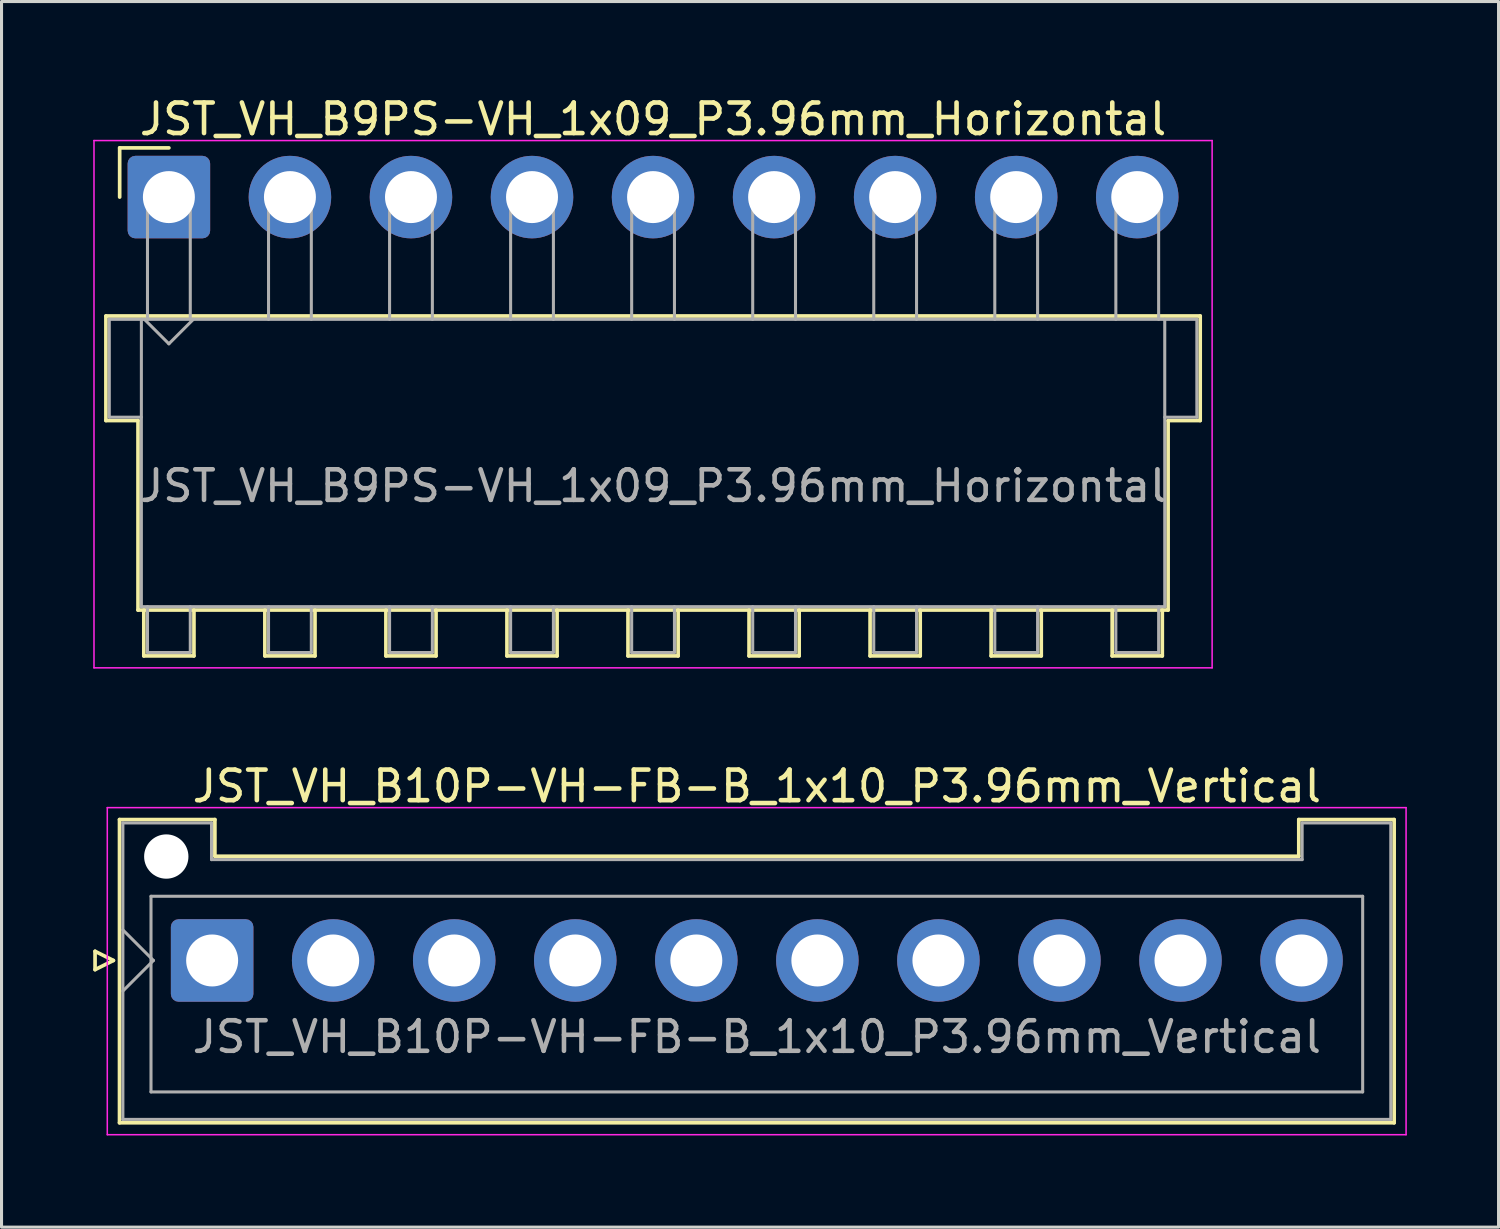
<source format=kicad_pcb>
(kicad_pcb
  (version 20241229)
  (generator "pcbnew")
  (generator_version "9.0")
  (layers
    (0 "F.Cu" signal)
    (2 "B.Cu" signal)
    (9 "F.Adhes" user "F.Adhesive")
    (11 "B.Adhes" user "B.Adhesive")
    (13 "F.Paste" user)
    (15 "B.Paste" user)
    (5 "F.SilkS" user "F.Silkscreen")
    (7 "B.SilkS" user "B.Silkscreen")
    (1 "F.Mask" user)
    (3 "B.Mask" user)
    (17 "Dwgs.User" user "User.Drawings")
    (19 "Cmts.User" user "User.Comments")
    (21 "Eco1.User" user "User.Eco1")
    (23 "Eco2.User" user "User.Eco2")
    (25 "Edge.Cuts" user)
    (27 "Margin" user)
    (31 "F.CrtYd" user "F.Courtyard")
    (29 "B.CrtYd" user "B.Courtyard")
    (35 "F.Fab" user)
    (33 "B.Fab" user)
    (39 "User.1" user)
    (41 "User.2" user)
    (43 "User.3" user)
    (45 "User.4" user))
  (footprint "JST_VH_B10P-VH-FB-B_1x10_P3.96mm_Vertical"
    (layer "F.Cu")
    (at 3.89 28.372)
    (property "Reference" "JST_VH_B10P-VH-FB-B_1x10_P3.96mm_Vertical" (at 17.82 -5.7 0) (layer "F.SilkS") (effects (font (size 1 1) (thickness 0.15))))
    (attr through_hole)
    (fp_line (start -3.83 -0.3) (end -3.23 0) (stroke (width 0.12) (type solid)) (layer "F.SilkS"))
    (fp_line (start -3.83 0.3) (end -3.83 -0.3) (stroke (width 0.12) (type solid)) (layer "F.SilkS"))
    (fp_line (start -3.23 0) (end -3.83 0.3) (stroke (width 0.12) (type solid)) (layer "F.SilkS"))
    (fp_line (start -3.03 -4.61) (end 0.09 -4.61) (stroke (width 0.12) (type solid)) (layer "F.SilkS"))
    (fp_line (start -3.03 5.31) (end -3.03 -4.61) (stroke (width 0.12) (type solid)) (layer "F.SilkS"))
    (fp_line (start 0.09 -4.61) (end 0.09 -3.41) (stroke (width 0.12) (type solid)) (layer "F.SilkS"))
    (fp_line (start 0.09 -3.41) (end 35.55 -3.41) (stroke (width 0.12) (type solid)) (layer "F.SilkS"))
    (fp_line (start 35.55 -4.61) (end 38.67 -4.61) (stroke (width 0.12) (type solid)) (layer "F.SilkS"))
    (fp_line (start 35.55 -3.41) (end 35.55 -4.61) (stroke (width 0.12) (type solid)) (layer "F.SilkS"))
    (fp_line (start 38.67 -4.61) (end 38.67 5.31) (stroke (width 0.12) (type solid)) (layer "F.SilkS"))
    (fp_line (start 38.67 5.31) (end -3.03 5.31) (stroke (width 0.12) (type solid)) (layer "F.SilkS"))
    (fp_line (start -3.43 -5) (end -3.43 5.7) (stroke (width 0.05) (type solid)) (layer "F.CrtYd"))
    (fp_line (start -3.43 5.7) (end 39.06 5.7) (stroke (width 0.05) (type solid)) (layer "F.CrtYd"))
    (fp_line (start 39.06 -5) (end -3.43 -5) (stroke (width 0.05) (type solid)) (layer "F.CrtYd"))
    (fp_line (start 39.06 5.7) (end 39.06 -5) (stroke (width 0.05) (type solid)) (layer "F.CrtYd"))
    (fp_line (start -2.92 -4.5) (end -0.02 -4.5) (stroke (width 0.1) (type solid)) (layer "F.Fab"))
    (fp_line (start -2.92 -1) (end -1.92 0) (stroke (width 0.1) (type solid)) (layer "F.Fab"))
    (fp_line (start -2.92 1) (end -1.92 0) (stroke (width 0.1) (type solid)) (layer "F.Fab"))
    (fp_line (start -2.92 5.2) (end -2.92 -4.5) (stroke (width 0.1) (type solid)) (layer "F.Fab"))
    (fp_line (start -2 -2.1) (end 37.64 -2.1) (stroke (width 0.1) (type solid)) (layer "F.Fab"))
    (fp_line (start -2 4.3) (end -2 -2.1) (stroke (width 0.1) (type solid)) (layer "F.Fab"))
    (fp_line (start -0.02 -4.5) (end -0.02 -3.3) (stroke (width 0.1) (type solid)) (layer "F.Fab"))
    (fp_line (start -0.02 -3.3) (end 35.66 -3.3) (stroke (width 0.1) (type solid)) (layer "F.Fab"))
    (fp_line (start 35.66 -4.5) (end 38.56 -4.5) (stroke (width 0.1) (type solid)) (layer "F.Fab"))
    (fp_line (start 35.66 -3.3) (end 35.66 -4.5) (stroke (width 0.1) (type solid)) (layer "F.Fab"))
    (fp_line (start 37.64 -2.1) (end 37.64 4.3) (stroke (width 0.1) (type solid)) (layer "F.Fab"))
    (fp_line (start 37.64 4.3) (end -2 4.3) (stroke (width 0.1) (type solid)) (layer "F.Fab"))
    (fp_line (start 38.56 -4.5) (end 38.56 5.2) (stroke (width 0.1) (type solid)) (layer "F.Fab"))
    (fp_line (start 38.56 5.2) (end -2.92 5.2) (stroke (width 0.1) (type solid)) (layer "F.Fab"))
    (fp_text user "${REFERENCE}" (at 17.82 2.5 0) (layer "F.Fab") (effects (font (size 1 1) (thickness 0.15))))
    (pad "" np_thru_hole circle (at -1.5 -3.4) (size 1.45 1.45) (drill 1.45) (layers "*.Cu" "*.Mask"))
    (pad "1" thru_hole roundrect (at 0 0) (size 2.7 2.7) (drill 1.7) (layers "*.Cu" "*.Mask") (roundrect_rratio 0.093))
    (pad "2" thru_hole circle (at 3.96 0) (size 2.7 2.7) (drill 1.7) (layers "*.Cu" "*.Mask"))
    (pad "3" thru_hole circle (at 7.92 0) (size 2.7 2.7) (drill 1.7) (layers "*.Cu" "*.Mask"))
    (pad "4" thru_hole circle (at 11.88 0) (size 2.7 2.7) (drill 1.7) (layers "*.Cu" "*.Mask"))
    (pad "5" thru_hole circle (at 15.84 0) (size 2.7 2.7) (drill 1.7) (layers "*.Cu" "*.Mask"))
    (pad "6" thru_hole circle (at 19.8 0) (size 2.7 2.7) (drill 1.7) (layers "*.Cu" "*.Mask"))
    (pad "7" thru_hole circle (at 23.76 0) (size 2.7 2.7) (drill 1.7) (layers "*.Cu" "*.Mask"))
    (pad "8" thru_hole circle (at 27.72 0) (size 2.7 2.7) (drill 1.7) (layers "*.Cu" "*.Mask"))
    (pad "9" thru_hole circle (at 31.68 0) (size 2.7 2.7) (drill 1.7) (layers "*.Cu" "*.Mask"))
    (pad "10" thru_hole circle (at 35.64 0) (size 2.7 2.7) (drill 1.7) (layers "*.Cu" "*.Mask")))
  (footprint "JST_VH_B9PS-VH_1x09_P3.96mm_Horizontal"
    (layer "F.Cu")
    (at 2.475 3.398)
    (property "Reference" "JST_VH_B9PS-VH_1x09_P3.96mm_Horizontal" (at 15.84 -2.55 0) (layer "F.SilkS") (effects (font (size 1 1) (thickness 0.15))))
    (attr through_hole)
    (fp_line (start -2.06 3.89) (end 33.74 3.89) (stroke (width 0.12) (type solid)) (layer "F.SilkS"))
    (fp_line (start -2.06 7.31) (end -2.06 3.89) (stroke (width 0.12) (type solid)) (layer "F.SilkS"))
    (fp_line (start -1.61 -1.61) (end -1.61 0) (stroke (width 0.12) (type solid)) (layer "F.SilkS"))
    (fp_line (start -1.01 7.31) (end -2.06 7.31) (stroke (width 0.12) (type solid)) (layer "F.SilkS"))
    (fp_line (start -1.01 13.51) (end -1.01 7.31) (stroke (width 0.12) (type solid)) (layer "F.SilkS"))
    (fp_line (start -0.82 13.51) (end -0.82 15.01) (stroke (width 0.12) (type solid)) (layer "F.SilkS"))
    (fp_line (start -0.82 15.01) (end 0.82 15.01) (stroke (width 0.12) (type solid)) (layer "F.SilkS"))
    (fp_line (start 0 -1.61) (end -1.61 -1.61) (stroke (width 0.12) (type solid)) (layer "F.SilkS"))
    (fp_line (start 0.82 15.01) (end 0.82 13.51) (stroke (width 0.12) (type solid)) (layer "F.SilkS"))
    (fp_line (start 3.14 13.51) (end 3.14 15.01) (stroke (width 0.12) (type solid)) (layer "F.SilkS"))
    (fp_line (start 3.14 15.01) (end 4.78 15.01) (stroke (width 0.12) (type solid)) (layer "F.SilkS"))
    (fp_line (start 4.78 15.01) (end 4.78 13.51) (stroke (width 0.12) (type solid)) (layer "F.SilkS"))
    (fp_line (start 7.1 13.51) (end 7.1 15.01) (stroke (width 0.12) (type solid)) (layer "F.SilkS"))
    (fp_line (start 7.1 15.01) (end 8.74 15.01) (stroke (width 0.12) (type solid)) (layer "F.SilkS"))
    (fp_line (start 8.74 15.01) (end 8.74 13.51) (stroke (width 0.12) (type solid)) (layer "F.SilkS"))
    (fp_line (start 11.06 13.51) (end 11.06 15.01) (stroke (width 0.12) (type solid)) (layer "F.SilkS"))
    (fp_line (start 11.06 15.01) (end 12.7 15.01) (stroke (width 0.12) (type solid)) (layer "F.SilkS"))
    (fp_line (start 12.7 15.01) (end 12.7 13.51) (stroke (width 0.12) (type solid)) (layer "F.SilkS"))
    (fp_line (start 15.02 13.51) (end 15.02 15.01) (stroke (width 0.12) (type solid)) (layer "F.SilkS"))
    (fp_line (start 15.02 15.01) (end 16.66 15.01) (stroke (width 0.12) (type solid)) (layer "F.SilkS"))
    (fp_line (start 16.66 15.01) (end 16.66 13.51) (stroke (width 0.12) (type solid)) (layer "F.SilkS"))
    (fp_line (start 18.98 13.51) (end 18.98 15.01) (stroke (width 0.12) (type solid)) (layer "F.SilkS"))
    (fp_line (start 18.98 15.01) (end 20.62 15.01) (stroke (width 0.12) (type solid)) (layer "F.SilkS"))
    (fp_line (start 20.62 15.01) (end 20.62 13.51) (stroke (width 0.12) (type solid)) (layer "F.SilkS"))
    (fp_line (start 22.94 13.51) (end 22.94 15.01) (stroke (width 0.12) (type solid)) (layer "F.SilkS"))
    (fp_line (start 22.94 15.01) (end 24.58 15.01) (stroke (width 0.12) (type solid)) (layer "F.SilkS"))
    (fp_line (start 24.58 15.01) (end 24.58 13.51) (stroke (width 0.12) (type solid)) (layer "F.SilkS"))
    (fp_line (start 26.9 13.51) (end 26.9 15.01) (stroke (width 0.12) (type solid)) (layer "F.SilkS"))
    (fp_line (start 26.9 15.01) (end 28.54 15.01) (stroke (width 0.12) (type solid)) (layer "F.SilkS"))
    (fp_line (start 28.54 15.01) (end 28.54 13.51) (stroke (width 0.12) (type solid)) (layer "F.SilkS"))
    (fp_line (start 30.86 13.51) (end 30.86 15.01) (stroke (width 0.12) (type solid)) (layer "F.SilkS"))
    (fp_line (start 30.86 15.01) (end 32.5 15.01) (stroke (width 0.12) (type solid)) (layer "F.SilkS"))
    (fp_line (start 32.5 15.01) (end 32.5 13.51) (stroke (width 0.12) (type solid)) (layer "F.SilkS"))
    (fp_line (start 32.69 7.31) (end 32.69 13.51) (stroke (width 0.12) (type solid)) (layer "F.SilkS"))
    (fp_line (start 32.69 13.51) (end -1.01 13.51) (stroke (width 0.12) (type solid)) (layer "F.SilkS"))
    (fp_line (start 33.74 3.89) (end 33.74 7.31) (stroke (width 0.12) (type solid)) (layer "F.SilkS"))
    (fp_line (start 33.74 7.31) (end 32.69 7.31) (stroke (width 0.12) (type solid)) (layer "F.SilkS"))
    (fp_line (start -2.45 -1.85) (end -2.45 15.4) (stroke (width 0.05) (type solid)) (layer "F.CrtYd"))
    (fp_line (start -2.45 15.4) (end 34.13 15.4) (stroke (width 0.05) (type solid)) (layer "F.CrtYd"))
    (fp_line (start 34.13 -1.85) (end -2.45 -1.85) (stroke (width 0.05) (type solid)) (layer "F.CrtYd"))
    (fp_line (start 34.13 15.4) (end 34.13 -1.85) (stroke (width 0.05) (type solid)) (layer "F.CrtYd"))
    (fp_line (start -1.95 4) (end -0.9 4) (stroke (width 0.1) (type solid)) (layer "F.Fab"))
    (fp_line (start -1.95 7.2) (end -1.95 4) (stroke (width 0.1) (type solid)) (layer "F.Fab"))
    (fp_line (start -0.9 4) (end -0.9 13.4) (stroke (width 0.1) (type solid)) (layer "F.Fab"))
    (fp_line (start -0.9 7.2) (end -1.95 7.2) (stroke (width 0.1) (type solid)) (layer "F.Fab"))
    (fp_line (start -0.9 13.4) (end 32.58 13.4) (stroke (width 0.1) (type solid)) (layer "F.Fab"))
    (fp_line (start -0.8 4) (end 0 4.8) (stroke (width 0.1) (type solid)) (layer "F.Fab"))
    (fp_line (start -0.7 0) (end 0.7 0) (stroke (width 0.1) (type solid)) (layer "F.Fab"))
    (fp_line (start -0.7 4) (end -0.7 0) (stroke (width 0.1) (type solid)) (layer "F.Fab"))
    (fp_line (start -0.7 13.4) (end -0.7 14.9) (stroke (width 0.1) (type solid)) (layer "F.Fab"))
    (fp_line (start -0.7 14.9) (end 0.7 14.9) (stroke (width 0.1) (type solid)) (layer "F.Fab"))
    (fp_line (start 0 4.8) (end 0.8 4) (stroke (width 0.1) (type solid)) (layer "F.Fab"))
    (fp_line (start 0.7 0) (end 0.7 4) (stroke (width 0.1) (type solid)) (layer "F.Fab"))
    (fp_line (start 0.7 14.9) (end 0.7 13.4) (stroke (width 0.1) (type solid)) (layer "F.Fab"))
    (fp_line (start 3.26 0) (end 4.66 0) (stroke (width 0.1) (type solid)) (layer "F.Fab"))
    (fp_line (start 3.26 4) (end 3.26 0) (stroke (width 0.1) (type solid)) (layer "F.Fab"))
    (fp_line (start 3.26 13.4) (end 3.26 14.9) (stroke (width 0.1) (type solid)) (layer "F.Fab"))
    (fp_line (start 3.26 14.9) (end 4.66 14.9) (stroke (width 0.1) (type solid)) (layer "F.Fab"))
    (fp_line (start 4.66 0) (end 4.66 4) (stroke (width 0.1) (type solid)) (layer "F.Fab"))
    (fp_line (start 4.66 14.9) (end 4.66 13.4) (stroke (width 0.1) (type solid)) (layer "F.Fab"))
    (fp_line (start 7.22 0) (end 8.62 0) (stroke (width 0.1) (type solid)) (layer "F.Fab"))
    (fp_line (start 7.22 4) (end 7.22 0) (stroke (width 0.1) (type solid)) (layer "F.Fab"))
    (fp_line (start 7.22 13.4) (end 7.22 14.9) (stroke (width 0.1) (type solid)) (layer "F.Fab"))
    (fp_line (start 7.22 14.9) (end 8.62 14.9) (stroke (width 0.1) (type solid)) (layer "F.Fab"))
    (fp_line (start 8.62 0) (end 8.62 4) (stroke (width 0.1) (type solid)) (layer "F.Fab"))
    (fp_line (start 8.62 14.9) (end 8.62 13.4) (stroke (width 0.1) (type solid)) (layer "F.Fab"))
    (fp_line (start 11.18 0) (end 12.58 0) (stroke (width 0.1) (type solid)) (layer "F.Fab"))
    (fp_line (start 11.18 4) (end 11.18 0) (stroke (width 0.1) (type solid)) (layer "F.Fab"))
    (fp_line (start 11.18 13.4) (end 11.18 14.9) (stroke (width 0.1) (type solid)) (layer "F.Fab"))
    (fp_line (start 11.18 14.9) (end 12.58 14.9) (stroke (width 0.1) (type solid)) (layer "F.Fab"))
    (fp_line (start 12.58 0) (end 12.58 4) (stroke (width 0.1) (type solid)) (layer "F.Fab"))
    (fp_line (start 12.58 14.9) (end 12.58 13.4) (stroke (width 0.1) (type solid)) (layer "F.Fab"))
    (fp_line (start 15.14 0) (end 16.54 0) (stroke (width 0.1) (type solid)) (layer "F.Fab"))
    (fp_line (start 15.14 4) (end 15.14 0) (stroke (width 0.1) (type solid)) (layer "F.Fab"))
    (fp_line (start 15.14 13.4) (end 15.14 14.9) (stroke (width 0.1) (type solid)) (layer "F.Fab"))
    (fp_line (start 15.14 14.9) (end 16.54 14.9) (stroke (width 0.1) (type solid)) (layer "F.Fab"))
    (fp_line (start 16.54 0) (end 16.54 4) (stroke (width 0.1) (type solid)) (layer "F.Fab"))
    (fp_line (start 16.54 14.9) (end 16.54 13.4) (stroke (width 0.1) (type solid)) (layer "F.Fab"))
    (fp_line (start 19.1 0) (end 20.5 0) (stroke (width 0.1) (type solid)) (layer "F.Fab"))
    (fp_line (start 19.1 4) (end 19.1 0) (stroke (width 0.1) (type solid)) (layer "F.Fab"))
    (fp_line (start 19.1 13.4) (end 19.1 14.9) (stroke (width 0.1) (type solid)) (layer "F.Fab"))
    (fp_line (start 19.1 14.9) (end 20.5 14.9) (stroke (width 0.1) (type solid)) (layer "F.Fab"))
    (fp_line (start 20.5 0) (end 20.5 4) (stroke (width 0.1) (type solid)) (layer "F.Fab"))
    (fp_line (start 20.5 14.9) (end 20.5 13.4) (stroke (width 0.1) (type solid)) (layer "F.Fab"))
    (fp_line (start 23.06 0) (end 24.46 0) (stroke (width 0.1) (type solid)) (layer "F.Fab"))
    (fp_line (start 23.06 4) (end 23.06 0) (stroke (width 0.1) (type solid)) (layer "F.Fab"))
    (fp_line (start 23.06 13.4) (end 23.06 14.9) (stroke (width 0.1) (type solid)) (layer "F.Fab"))
    (fp_line (start 23.06 14.9) (end 24.46 14.9) (stroke (width 0.1) (type solid)) (layer "F.Fab"))
    (fp_line (start 24.46 0) (end 24.46 4) (stroke (width 0.1) (type solid)) (layer "F.Fab"))
    (fp_line (start 24.46 14.9) (end 24.46 13.4) (stroke (width 0.1) (type solid)) (layer "F.Fab"))
    (fp_line (start 27.02 0) (end 28.42 0) (stroke (width 0.1) (type solid)) (layer "F.Fab"))
    (fp_line (start 27.02 4) (end 27.02 0) (stroke (width 0.1) (type solid)) (layer "F.Fab"))
    (fp_line (start 27.02 13.4) (end 27.02 14.9) (stroke (width 0.1) (type solid)) (layer "F.Fab"))
    (fp_line (start 27.02 14.9) (end 28.42 14.9) (stroke (width 0.1) (type solid)) (layer "F.Fab"))
    (fp_line (start 28.42 0) (end 28.42 4) (stroke (width 0.1) (type solid)) (layer "F.Fab"))
    (fp_line (start 28.42 14.9) (end 28.42 13.4) (stroke (width 0.1) (type solid)) (layer "F.Fab"))
    (fp_line (start 30.98 0) (end 32.38 0) (stroke (width 0.1) (type solid)) (layer "F.Fab"))
    (fp_line (start 30.98 4) (end 30.98 0) (stroke (width 0.1) (type solid)) (layer "F.Fab"))
    (fp_line (start 30.98 13.4) (end 30.98 14.9) (stroke (width 0.1) (type solid)) (layer "F.Fab"))
    (fp_line (start 30.98 14.9) (end 32.38 14.9) (stroke (width 0.1) (type solid)) (layer "F.Fab"))
    (fp_line (start 32.38 0) (end 32.38 4) (stroke (width 0.1) (type solid)) (layer "F.Fab"))
    (fp_line (start 32.38 14.9) (end 32.38 13.4) (stroke (width 0.1) (type solid)) (layer "F.Fab"))
    (fp_line (start 32.58 4) (end -0.9 4) (stroke (width 0.1) (type solid)) (layer "F.Fab"))
    (fp_line (start 32.58 4) (end 33.63 4) (stroke (width 0.1) (type solid)) (layer "F.Fab"))
    (fp_line (start 32.58 13.4) (end 32.58 4) (stroke (width 0.1) (type solid)) (layer "F.Fab"))
    (fp_line (start 33.63 4) (end 33.63 7.2) (stroke (width 0.1) (type solid)) (layer "F.Fab"))
    (fp_line (start 33.63 7.2) (end 32.58 7.2) (stroke (width 0.1) (type solid)) (layer "F.Fab"))
    (fp_text user "${REFERENCE}" (at 15.84 9.45 0) (layer "F.Fab") (effects (font (size 1 1) (thickness 0.15))))
    (pad "1" thru_hole roundrect (at 0 0) (size 2.7 2.7) (drill 1.7) (layers "*.Cu" "*.Mask") (roundrect_rratio 0.093))
    (pad "2" thru_hole circle (at 3.96 0) (size 2.7 2.7) (drill 1.7) (layers "*.Cu" "*.Mask"))
    (pad "3" thru_hole circle (at 7.92 0) (size 2.7 2.7) (drill 1.7) (layers "*.Cu" "*.Mask"))
    (pad "4" thru_hole circle (at 11.88 0) (size 2.7 2.7) (drill 1.7) (layers "*.Cu" "*.Mask"))
    (pad "5" thru_hole circle (at 15.84 0) (size 2.7 2.7) (drill 1.7) (layers "*.Cu" "*.Mask"))
    (pad "6" thru_hole circle (at 19.8 0) (size 2.7 2.7) (drill 1.7) (layers "*.Cu" "*.Mask"))
    (pad "7" thru_hole circle (at 23.76 0) (size 2.7 2.7) (drill 1.7) (layers "*.Cu" "*.Mask"))
    (pad "8" thru_hole circle (at 27.72 0) (size 2.7 2.7) (drill 1.7) (layers "*.Cu" "*.Mask"))
    (pad "9" thru_hole circle (at 31.68 0) (size 2.7 2.7) (drill 1.7) (layers "*.Cu" "*.Mask")))
  (gr_rect
    (start -3 -3)
    (end 45.975 37.096)
    (stroke (width 0.1) (type default))
    (fill no)
    (layer "Edge.Cuts")))
</source>
